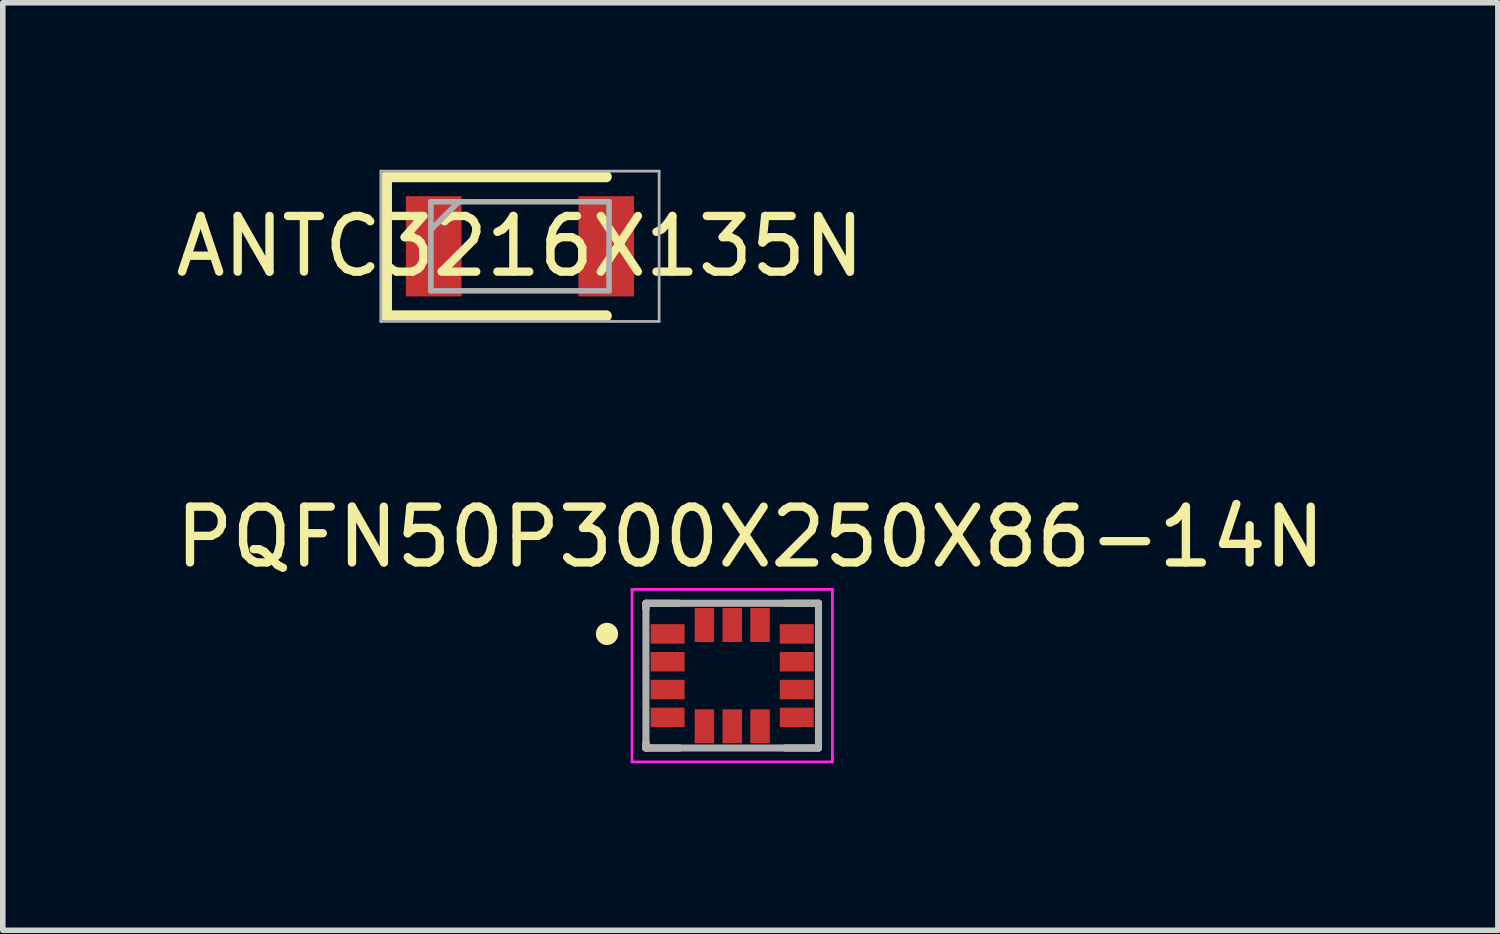
<source format=kicad_pcb>
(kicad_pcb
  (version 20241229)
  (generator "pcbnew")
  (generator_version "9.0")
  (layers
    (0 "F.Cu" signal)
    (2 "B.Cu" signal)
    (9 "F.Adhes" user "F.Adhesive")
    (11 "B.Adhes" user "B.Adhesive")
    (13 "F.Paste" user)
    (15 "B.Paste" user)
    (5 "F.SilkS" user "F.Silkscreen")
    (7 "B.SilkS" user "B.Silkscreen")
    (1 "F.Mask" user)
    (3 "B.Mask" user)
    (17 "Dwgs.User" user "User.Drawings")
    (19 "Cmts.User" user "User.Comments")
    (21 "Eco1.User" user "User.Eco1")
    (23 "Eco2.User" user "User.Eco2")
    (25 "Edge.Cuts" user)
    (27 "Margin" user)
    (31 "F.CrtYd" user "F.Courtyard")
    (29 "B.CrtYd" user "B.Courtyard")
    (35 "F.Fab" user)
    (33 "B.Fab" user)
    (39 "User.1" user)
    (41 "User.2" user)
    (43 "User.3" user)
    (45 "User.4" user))
  (footprint "ANTC3216X135N"
    (layer "F.Cu")
    (at 6.292 1.375)
    (property "Reference" "ANTC3216X135N" (at 0 0 0) (layer "F.SilkS") (effects (font (size 1 1) (thickness 0.15))))
    (attr smd)
    (fp_line (start -2.4 -1.25) (end -2.4 1.25) (stroke (width 0.2) (type solid)) (layer "F.SilkS"))
    (fp_line (start -2.4 1.25) (end 1.55 1.25) (stroke (width 0.2) (type solid)) (layer "F.SilkS"))
    (fp_line (start 1.55 -1.25) (end -2.4 -1.25) (stroke (width 0.2) (type solid)) (layer "F.SilkS"))
    (fp_line (start -2.5 -1.35) (end 2.5 -1.35) (stroke (width 0.05) (type solid)) (layer "F.Fab"))
    (fp_line (start -2.5 1.35) (end -2.5 -1.35) (stroke (width 0.05) (type solid)) (layer "F.Fab"))
    (fp_line (start -1.6 -0.8) (end 1.6 -0.8) (stroke (width 0.1) (type solid)) (layer "F.Fab"))
    (fp_line (start -1.6 -0.3) (end -1.1 -0.8) (stroke (width 0.1) (type solid)) (layer "F.Fab"))
    (fp_line (start -1.6 0.8) (end -1.6 -0.8) (stroke (width 0.1) (type solid)) (layer "F.Fab"))
    (fp_line (start 1.6 -0.8) (end 1.6 0.8) (stroke (width 0.1) (type solid)) (layer "F.Fab"))
    (fp_line (start 1.6 0.8) (end -1.6 0.8) (stroke (width 0.1) (type solid)) (layer "F.Fab"))
    (fp_line (start 2.5 -1.35) (end 2.5 1.35) (stroke (width 0.05) (type solid)) (layer "F.Fab"))
    (fp_line (start 2.5 1.35) (end -2.5 1.35) (stroke (width 0.05) (type solid)) (layer "F.Fab"))
    (pad "1" smd rect (at -1.55 0 90) (size 1.8 1) (layers "F.Cu" "F.Mask" "F.Paste"))
    (pad "2" smd rect (at 1.55 0 90) (size 1.8 1) (layers "F.Cu" "F.Mask" "F.Paste")))
  (footprint "PQFN50P300X250X86-14N"
    (layer "F.Cu")
    (at 10.105 9.089)
    (property "Reference" "PQFN50P300X250X86-14N" (at 0.326 -2.49 0) (layer "F.SilkS") (effects (font (size 1.002 1.002) (thickness 0.15))))
    (attr smd)
    (fp_line (start -1.55 -1.2) (end -1.55 -1.3) (stroke (width 0.127) (type solid)) (layer "F.SilkS"))
    (fp_line (start -1.55 1.3) (end -1.55 1.2) (stroke (width 0.127) (type solid)) (layer "F.SilkS"))
    (fp_line (start -1.55 1.3) (end -0.95 1.3) (stroke (width 0.127) (type solid)) (layer "F.SilkS"))
    (fp_line (start -0.95 -1.3) (end -1.55 -1.3) (stroke (width 0.127) (type solid)) (layer "F.SilkS"))
    (fp_line (start 0.95 -1.3) (end 1.55 -1.3) (stroke (width 0.127) (type solid)) (layer "F.SilkS"))
    (fp_line (start 0.95 1.3) (end 1.55 1.3) (stroke (width 0.127) (type solid)) (layer "F.SilkS"))
    (fp_line (start 1.55 -1.2) (end 1.55 -1.3) (stroke (width 0.127) (type solid)) (layer "F.SilkS"))
    (fp_line (start 1.55 1.3) (end 1.55 1.2) (stroke (width 0.127) (type solid)) (layer "F.SilkS"))
    (fp_circle (center -2.25 -0.75) (end -2.15 -0.75) (stroke (width 0.2) (type solid)) (fill no) (layer "F.SilkS"))
    (fp_line (start -1.8 -1.55) (end 1.8 -1.55) (stroke (width 0.05) (type solid)) (layer "F.CrtYd"))
    (fp_line (start -1.8 1.55) (end -1.8 -1.55) (stroke (width 0.05) (type solid)) (layer "F.CrtYd"))
    (fp_line (start 1.8 -1.55) (end 1.8 1.55) (stroke (width 0.05) (type solid)) (layer "F.CrtYd"))
    (fp_line (start 1.8 1.55) (end -1.8 1.55) (stroke (width 0.05) (type solid)) (layer "F.CrtYd"))
    (fp_line (start -1.55 -1.3) (end 1.55 -1.3) (stroke (width 0.127) (type solid)) (layer "F.Fab"))
    (fp_line (start -1.55 1.3) (end -1.55 -1.3) (stroke (width 0.127) (type solid)) (layer "F.Fab"))
    (fp_line (start 1.55 -1.3) (end 1.55 1.3) (stroke (width 0.127) (type solid)) (layer "F.Fab"))
    (fp_line (start 1.55 1.3) (end -1.55 1.3) (stroke (width 0.127) (type solid)) (layer "F.Fab"))
    (pad "1" smd rect (at -1.16 -0.75 180) (size 0.61 0.35) (layers "F.Cu" "F.Mask" "F.Paste"))
    (pad "2" smd rect (at -1.16 -0.25 180) (size 0.61 0.35) (layers "F.Cu" "F.Mask" "F.Paste"))
    (pad "3" smd rect (at -1.16 0.25 180) (size 0.61 0.35) (layers "F.Cu" "F.Mask" "F.Paste"))
    (pad "4" smd rect (at -1.16 0.75 180) (size 0.61 0.35) (layers "F.Cu" "F.Mask" "F.Paste"))
    (pad "5" smd rect (at -0.5 0.91 90) (size 0.61 0.35) (layers "F.Cu" "F.Mask" "F.Paste"))
    (pad "6" smd rect (at 0 0.91 90) (size 0.61 0.35) (layers "F.Cu" "F.Mask" "F.Paste"))
    (pad "7" smd rect (at 0.5 0.91 90) (size 0.61 0.35) (layers "F.Cu" "F.Mask" "F.Paste"))
    (pad "8" smd rect (at 1.16 0.75 180) (size 0.61 0.35) (layers "F.Cu" "F.Mask" "F.Paste"))
    (pad "9" smd rect (at 1.16 0.25 180) (size 0.61 0.35) (layers "F.Cu" "F.Mask" "F.Paste"))
    (pad "10" smd rect (at 1.16 -0.25 180) (size 0.61 0.35) (layers "F.Cu" "F.Mask" "F.Paste"))
    (pad "11" smd rect (at 1.16 -0.75 180) (size 0.61 0.35) (layers "F.Cu" "F.Mask" "F.Paste"))
    (pad "12" smd rect (at 0.5 -0.91 90) (size 0.61 0.35) (layers "F.Cu" "F.Mask" "F.Paste"))
    (pad "13" smd rect (at 0 -0.91 90) (size 0.61 0.35) (layers "F.Cu" "F.Mask" "F.Paste"))
    (pad "14" smd rect (at -0.5 -0.91 90) (size 0.61 0.35) (layers "F.Cu" "F.Mask" "F.Paste")))
  (gr_rect
    (start -3 -3)
    (end 23.861 13.664)
    (stroke (width 0.1) (type default))
    (fill no)
    (layer "Edge.Cuts")))
</source>
